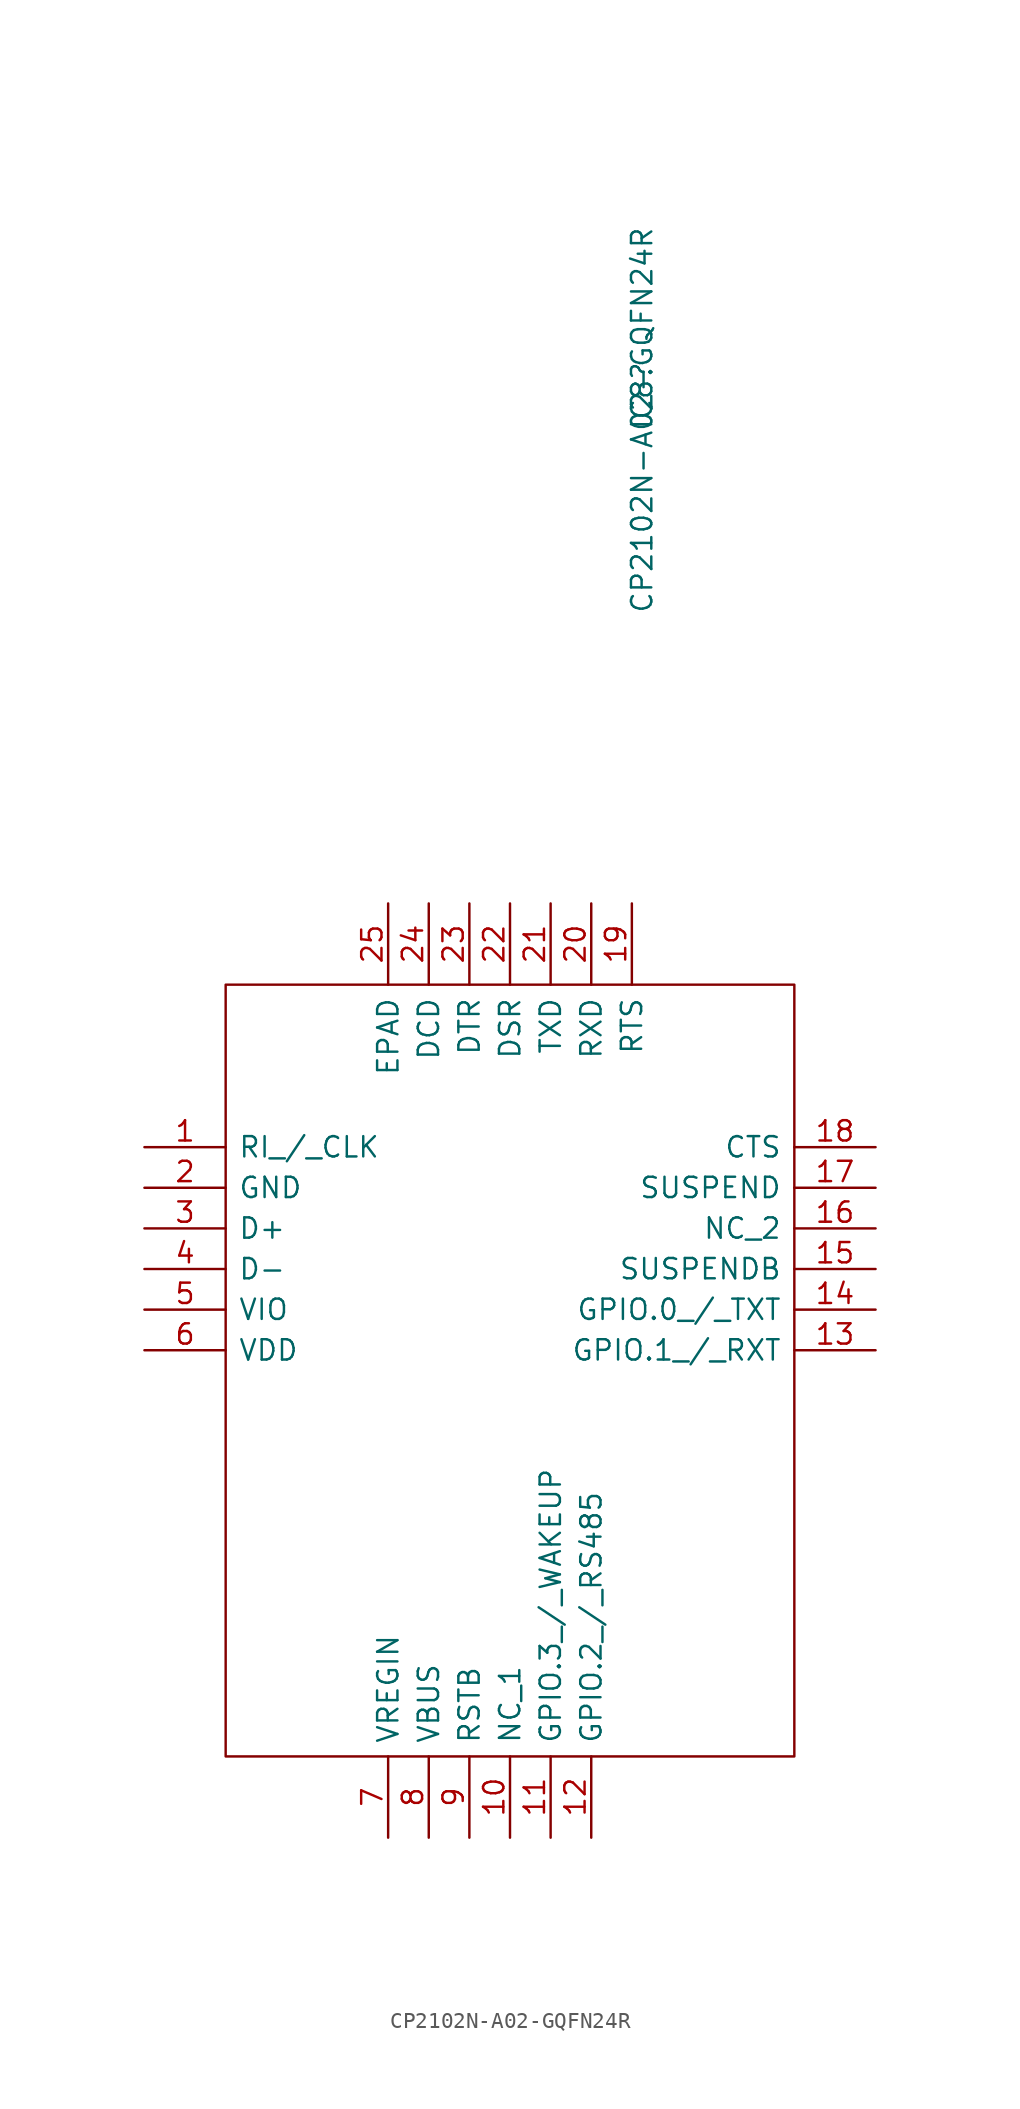
<source format=kicad_sym>
(kicad_symbol_lib
  (version 20220914)
  (generator kicad_symbol_editor)
  (symbol "CP2102N-A02-GQFN24R"
    (pin_names
      (offset 0.762))
    (property "Reference" "IC8"
      (at 31.115 46.99 90)
      (effects (font (size 1.27 1.27))))
    (property "Value" "CP2102N-A02-GQFN24R"
      (at 31.115 45.466 90)
      (effects (font (size 1.27 1.27))))
    (symbol "CP2102N-A02-GQFN24R_0_0"
      (pin passive line (at 0 0 0) (length 5.08) (name "RI_/_CLK" (effects (font (size 1.27 1.27)))) (number "1" (effects (font (size 1.27 1.27)))))
      (pin passive line (at 22.86 -43.18 90) (length 5.08) (name "NC_1" (effects (font (size 1.27 1.27)))) (number "10" (effects (font (size 1.27 1.27)))))
      (pin passive line (at 25.4 -43.18 90) (length 5.08) (name "GPIO.3_/_WAKEUP" (effects (font (size 1.27 1.27)))) (number "11" (effects (font (size 1.27 1.27)))))
      (pin passive line (at 27.94 -43.18 90) (length 5.08) (name "GPIO.2_/_RS485" (effects (font (size 1.27 1.27)))) (number "12" (effects (font (size 1.27 1.27)))))
      (pin passive line (at 45.72 -12.7 180) (length 5.08) (name "GPIO.1_/_RXT" (effects (font (size 1.27 1.27)))) (number "13" (effects (font (size 1.27 1.27)))))
      (pin passive line (at 45.72 -10.16 180) (length 5.08) (name "GPIO.0_/_TXT" (effects (font (size 1.27 1.27)))) (number "14" (effects (font (size 1.27 1.27)))))
      (pin passive line (at 45.72 -7.62 180) (length 5.08) (name "SUSPENDB" (effects (font (size 1.27 1.27)))) (number "15" (effects (font (size 1.27 1.27)))))
      (pin passive line (at 45.72 -5.08 180) (length 5.08) (name "NC_2" (effects (font (size 1.27 1.27)))) (number "16" (effects (font (size 1.27 1.27)))))
      (pin passive line (at 45.72 -2.54 180) (length 5.08) (name "SUSPEND" (effects (font (size 1.27 1.27)))) (number "17" (effects (font (size 1.27 1.27)))))
      (pin passive line (at 45.72 0 180) (length 5.08) (name "CTS" (effects (font (size 1.27 1.27)))) (number "18" (effects (font (size 1.27 1.27)))))
      (pin passive line (at 30.48 15.24 270) (length 5.08) (name "RTS" (effects (font (size 1.27 1.27)))) (number "19" (effects (font (size 1.27 1.27)))))
      (pin passive line (at 0 -2.54 0) (length 5.08) (name "GND" (effects (font (size 1.27 1.27)))) (number "2" (effects (font (size 1.27 1.27)))))
      (pin passive line (at 27.94 15.24 270) (length 5.08) (name "RXD" (effects (font (size 1.27 1.27)))) (number "20" (effects (font (size 1.27 1.27)))))
      (pin passive line (at 25.4 15.24 270) (length 5.08) (name "TXD" (effects (font (size 1.27 1.27)))) (number "21" (effects (font (size 1.27 1.27)))))
      (pin passive line (at 22.86 15.24 270) (length 5.08) (name "DSR" (effects (font (size 1.27 1.27)))) (number "22" (effects (font (size 1.27 1.27)))))
      (pin passive line (at 20.32 15.24 270) (length 5.08) (name "DTR" (effects (font (size 1.27 1.27)))) (number "23" (effects (font (size 1.27 1.27)))))
      (pin passive line (at 17.78 15.24 270) (length 5.08) (name "DCD" (effects (font (size 1.27 1.27)))) (number "24" (effects (font (size 1.27 1.27)))))
      (pin passive line (at 15.24 15.24 270) (length 5.08) (name "EPAD" (effects (font (size 1.27 1.27)))) (number "25" (effects (font (size 1.27 1.27)))))
      (pin passive line (at 0 -5.08 0) (length 5.08) (name "D+" (effects (font (size 1.27 1.27)))) (number "3" (effects (font (size 1.27 1.27)))))
      (pin passive line (at 0 -7.62 0) (length 5.08) (name "D-" (effects (font (size 1.27 1.27)))) (number "4" (effects (font (size 1.27 1.27)))))
      (pin passive line (at 0 -10.16 0) (length 5.08) (name "VIO" (effects (font (size 1.27 1.27)))) (number "5" (effects (font (size 1.27 1.27)))))
      (pin passive line (at 0 -12.7 0) (length 5.08) (name "VDD" (effects (font (size 1.27 1.27)))) (number "6" (effects (font (size 1.27 1.27)))))
      (pin passive line (at 15.24 -43.18 90) (length 5.08) (name "VREGIN" (effects (font (size 1.27 1.27)))) (number "7" (effects (font (size 1.27 1.27)))))
      (pin passive line (at 17.78 -43.18 90) (length 5.08) (name "VBUS" (effects (font (size 1.27 1.27)))) (number "8" (effects (font (size 1.27 1.27)))))
      (pin passive line (at 20.32 -43.18 90) (length 5.08) (name "RSTB" (effects (font (size 1.27 1.27)))) (number "9" (effects (font (size 1.27 1.27))))))
    (symbol "CP2102N-A02-GQFN24R_0_1"
      (polyline (pts (xy 5.08 10.16) (xy 40.64 10.16) (xy 40.64 -38.1) (xy 5.08 -38.1) (xy 5.08 10.16)) (stroke (width 0.152) (type default)) (fill (type none))))))
</source>
